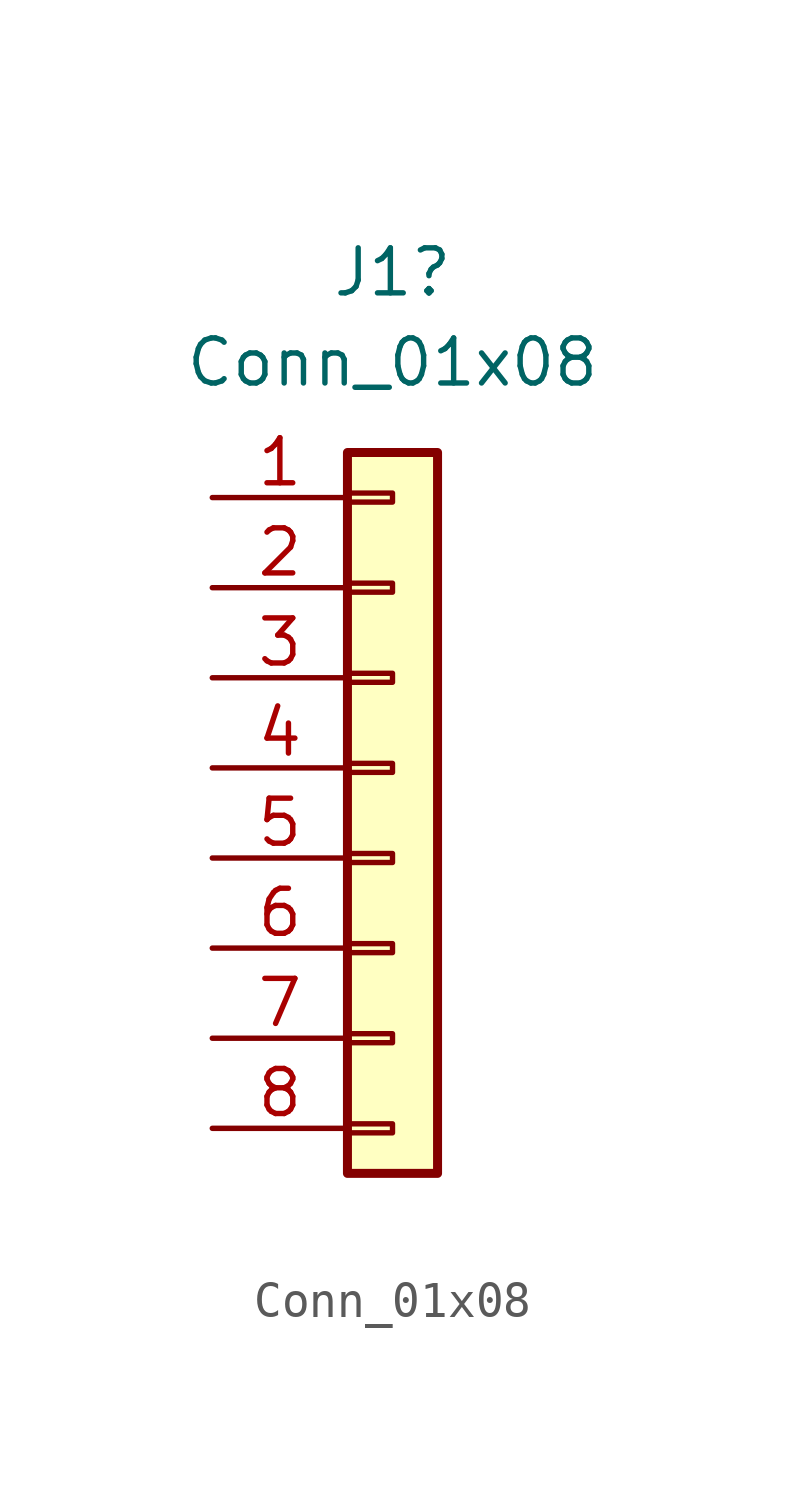
<source format=kicad_sym>
(kicad_symbol_lib
  (version 20231120)
  (generator "kicad_symbol_editor")
  (generator_version "8.0")
  (symbol "Conn_01x08"
    (pin_names
      (offset 1.016) hide)
    (property "Reference" "J1"
      (at 0 13.97 0)
      (effects (font (size 1.27 1.27))))
    (property "Value" "Conn_01x08"
      (at 0 11.43 0)
      (effects (font (size 1.27 1.27))))
    (symbol "Conn_01x08_1_1"
      (rectangle (start -1.27 -10.033) (end 0 -10.287) (stroke (width 0.152) (type default)) (fill (type none)))
      (rectangle (start -1.27 -7.493) (end 0 -7.747) (stroke (width 0.152) (type default)) (fill (type none)))
      (rectangle (start -1.27 -4.953) (end 0 -5.207) (stroke (width 0.152) (type default)) (fill (type none)))
      (rectangle (start -1.27 -2.413) (end 0 -2.667) (stroke (width 0.152) (type default)) (fill (type none)))
      (rectangle (start -1.27 0.127) (end 0 -0.127) (stroke (width 0.152) (type default)) (fill (type none)))
      (rectangle (start -1.27 2.667) (end 0 2.413) (stroke (width 0.152) (type default)) (fill (type none)))
      (rectangle (start -1.27 5.207) (end 0 4.953) (stroke (width 0.152) (type default)) (fill (type none)))
      (rectangle (start -1.27 7.747) (end 0 7.493) (stroke (width 0.152) (type default)) (fill (type none)))
      (rectangle (start -1.27 8.89) (end 1.27 -11.43) (stroke (width 0.254) (type default)) (fill (type background)))
      (pin passive line (at -5.08 7.62 0) (length 3.81) (name "Pin_1" (effects (font (size 1.27 1.27)))) (number "1" (effects (font (size 1.27 1.27)))))
      (pin passive line (at -5.08 5.08 0) (length 3.81) (name "Pin_2" (effects (font (size 1.27 1.27)))) (number "2" (effects (font (size 1.27 1.27)))))
      (pin passive line (at -5.08 2.54 0) (length 3.81) (name "Pin_3" (effects (font (size 1.27 1.27)))) (number "3" (effects (font (size 1.27 1.27)))))
      (pin passive line (at -5.08 0 0) (length 3.81) (name "Pin_4" (effects (font (size 1.27 1.27)))) (number "4" (effects (font (size 1.27 1.27)))))
      (pin passive line (at -5.08 -2.54 0) (length 3.81) (name "Pin_5" (effects (font (size 1.27 1.27)))) (number "5" (effects (font (size 1.27 1.27)))))
      (pin passive line (at -5.08 -5.08 0) (length 3.81) (name "Pin_6" (effects (font (size 1.27 1.27)))) (number "6" (effects (font (size 1.27 1.27)))))
      (pin passive line (at -5.08 -7.62 0) (length 3.81) (name "Pin_7" (effects (font (size 1.27 1.27)))) (number "7" (effects (font (size 1.27 1.27)))))
      (pin passive line (at -5.08 -10.16 0) (length 3.81) (name "Pin_8" (effects (font (size 1.27 1.27)))) (number "8" (effects (font (size 1.27 1.27))))))))
</source>
